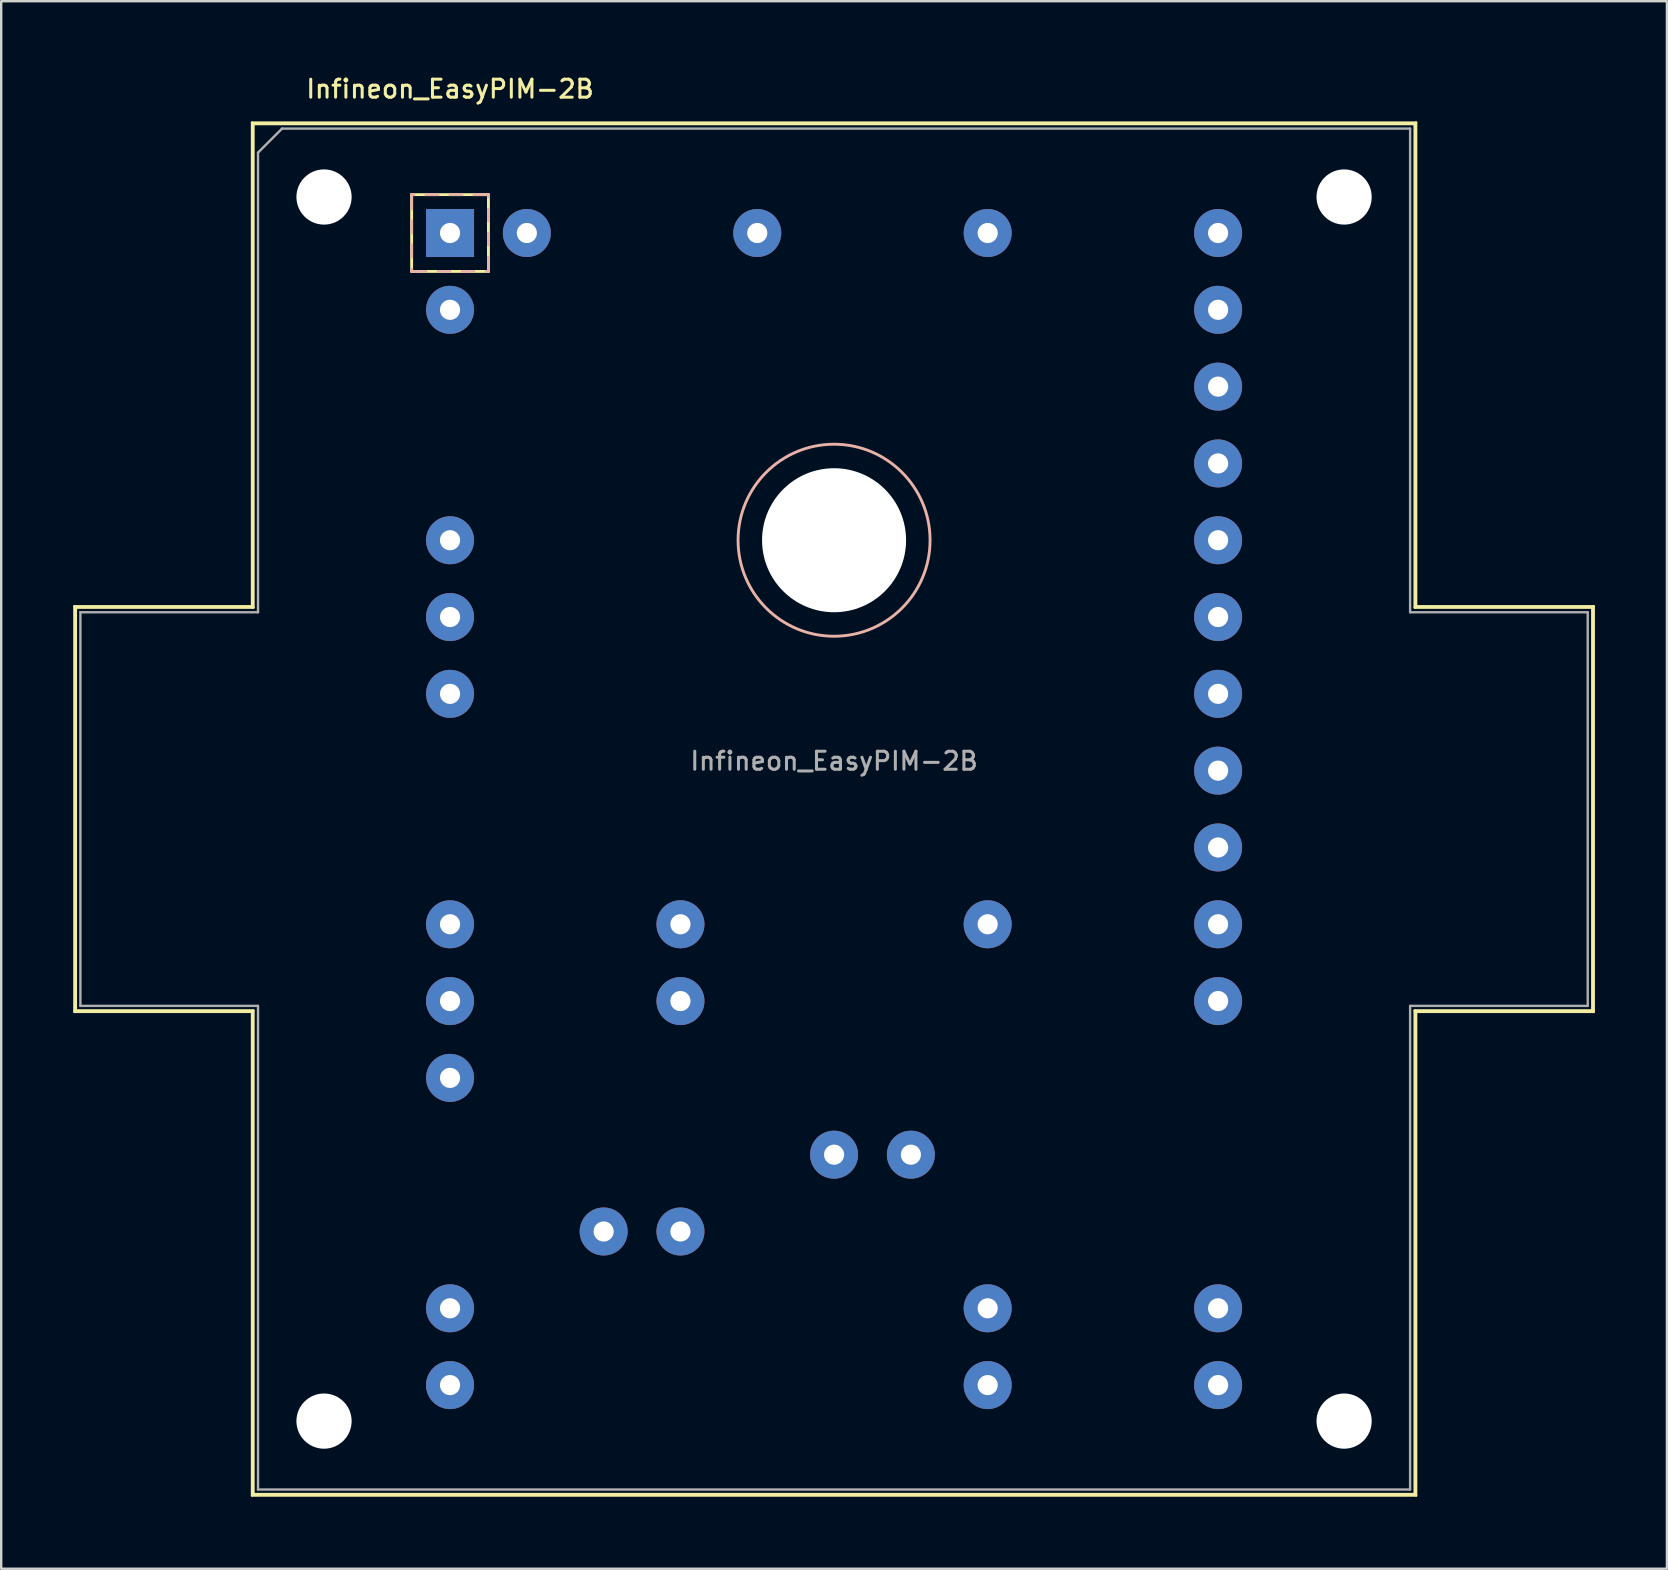
<source format=kicad_pcb>
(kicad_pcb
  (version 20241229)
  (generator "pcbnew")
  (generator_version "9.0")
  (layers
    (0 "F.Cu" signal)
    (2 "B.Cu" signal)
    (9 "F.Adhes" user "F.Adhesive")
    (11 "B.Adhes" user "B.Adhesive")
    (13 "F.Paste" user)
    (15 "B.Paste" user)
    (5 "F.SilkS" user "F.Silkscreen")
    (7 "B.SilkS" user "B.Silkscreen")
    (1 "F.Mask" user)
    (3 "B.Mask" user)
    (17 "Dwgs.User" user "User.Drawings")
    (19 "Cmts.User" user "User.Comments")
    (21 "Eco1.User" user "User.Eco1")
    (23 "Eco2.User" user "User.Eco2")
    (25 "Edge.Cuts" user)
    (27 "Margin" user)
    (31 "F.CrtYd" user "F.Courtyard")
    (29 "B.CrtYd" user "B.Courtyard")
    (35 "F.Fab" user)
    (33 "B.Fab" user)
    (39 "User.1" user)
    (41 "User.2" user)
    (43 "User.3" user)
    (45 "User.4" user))
  (footprint "Infineon_EasyPIM-2B"
    (layer "F.Cu")
    (at 15.7 6.658)
    (property "Reference" "Infineon_EasyPIM-2B" (at 0 -6 180) (layer "F.SilkS") (effects (font (size 0.75 0.75) (thickness 0.125))))
    (attr through_hole)
    (fp_line (start -15.65 15.55) (end -15.65 32.45) (stroke (width 0.1) (type solid)) (layer "F.SilkS"))
    (fp_line (start -15.65 32.45) (end -8.25 32.45) (stroke (width 0.1) (type solid)) (layer "F.SilkS"))
    (fp_line (start -15.6 15.6) (end -15.6 32.4) (stroke (width 0.12) (type solid)) (layer "F.SilkS"))
    (fp_line (start -15.6 32.4) (end -8.2 32.4) (stroke (width 0.12) (type solid)) (layer "F.SilkS"))
    (fp_line (start -8.25 -4.6) (end -8.25 15.55) (stroke (width 0.1) (type solid)) (layer "F.SilkS"))
    (fp_line (start -8.25 15.55) (end -15.65 15.55) (stroke (width 0.1) (type solid)) (layer "F.SilkS"))
    (fp_line (start -8.25 32.45) (end -8.25 52.6) (stroke (width 0.1) (type solid)) (layer "F.SilkS"))
    (fp_line (start -8.25 52.6) (end 40.25 52.6) (stroke (width 0.1) (type solid)) (layer "F.SilkS"))
    (fp_line (start -8.2 -4.55) (end -8.2 15.6) (stroke (width 0.12) (type solid)) (layer "F.SilkS"))
    (fp_line (start -8.2 15.6) (end -15.6 15.6) (stroke (width 0.12) (type solid)) (layer "F.SilkS"))
    (fp_line (start -8.2 32.4) (end -8.2 52.55) (stroke (width 0.12) (type solid)) (layer "F.SilkS"))
    (fp_line (start -8.2 52.55) (end 40.2 52.55) (stroke (width 0.12) (type solid)) (layer "F.SilkS"))
    (fp_line (start -1.6 -1.6) (end 1.6 -1.6) (stroke (width 0.12) (type solid)) (layer "F.SilkS"))
    (fp_line (start -1.6 1.6) (end -1.6 -1.6) (stroke (width 0.12) (type solid)) (layer "F.SilkS"))
    (fp_line (start 1.6 -1.6) (end 1.6 1.6) (stroke (width 0.12) (type solid)) (layer "F.SilkS"))
    (fp_line (start 1.6 1.6) (end -1.6 1.6) (stroke (width 0.12) (type solid)) (layer "F.SilkS"))
    (fp_line (start 40.2 -4.55) (end -8.2 -4.55) (stroke (width 0.12) (type solid)) (layer "F.SilkS"))
    (fp_line (start 40.2 15.6) (end 40.2 -4.55) (stroke (width 0.12) (type solid)) (layer "F.SilkS"))
    (fp_line (start 40.2 32.4) (end 47.6 32.4) (stroke (width 0.12) (type solid)) (layer "F.SilkS"))
    (fp_line (start 40.2 52.55) (end 40.2 32.4) (stroke (width 0.12) (type solid)) (layer "F.SilkS"))
    (fp_line (start 40.25 -4.6) (end -8.25 -4.6) (stroke (width 0.1) (type solid)) (layer "F.SilkS"))
    (fp_line (start 40.25 15.55) (end 40.25 -4.6) (stroke (width 0.1) (type solid)) (layer "F.SilkS"))
    (fp_line (start 40.25 32.45) (end 47.65 32.45) (stroke (width 0.1) (type solid)) (layer "F.SilkS"))
    (fp_line (start 40.25 52.6) (end 40.25 32.45) (stroke (width 0.1) (type solid)) (layer "F.SilkS"))
    (fp_line (start 47.6 15.6) (end 40.2 15.6) (stroke (width 0.12) (type solid)) (layer "F.SilkS"))
    (fp_line (start 47.6 32.4) (end 47.6 15.6) (stroke (width 0.12) (type solid)) (layer "F.SilkS"))
    (fp_line (start 47.65 15.55) (end 40.25 15.55) (stroke (width 0.1) (type solid)) (layer "F.SilkS"))
    (fp_line (start 47.65 32.45) (end 47.65 15.55) (stroke (width 0.1) (type solid)) (layer "F.SilkS"))
    (fp_line (start -1.6 -1.6) (end -1.6 -1) (stroke (width 0.12) (type solid)) (layer "B.SilkS"))
    (fp_line (start -1.6 -0.5) (end -1.6 0) (stroke (width 0.12) (type solid)) (layer "B.SilkS"))
    (fp_line (start -1.6 0.5) (end -1.6 1) (stroke (width 0.12) (type solid)) (layer "B.SilkS"))
    (fp_line (start -1.6 1.5) (end -1.6 1.6) (stroke (width 0.12) (type solid)) (layer "B.SilkS"))
    (fp_line (start -1.6 1.6) (end -1 1.6) (stroke (width 0.12) (type solid)) (layer "B.SilkS"))
    (fp_line (start -1.5 -1.6) (end -1.6 -1.6) (stroke (width 0.12) (type solid)) (layer "B.SilkS"))
    (fp_line (start -0.5 -1.6) (end -1 -1.6) (stroke (width 0.12) (type solid)) (layer "B.SilkS"))
    (fp_line (start -0.5 1.6) (end 0 1.6) (stroke (width 0.12) (type solid)) (layer "B.SilkS"))
    (fp_line (start 0.5 -1.6) (end 0 -1.6) (stroke (width 0.12) (type solid)) (layer "B.SilkS"))
    (fp_line (start 0.5 1.6) (end 1 1.6) (stroke (width 0.12) (type solid)) (layer "B.SilkS"))
    (fp_line (start 1.5 1.6) (end 1.6 1.6) (stroke (width 0.12) (type solid)) (layer "B.SilkS"))
    (fp_line (start 1.6 -1.6) (end 1 -1.6) (stroke (width 0.12) (type solid)) (layer "B.SilkS"))
    (fp_line (start 1.6 -1.5) (end 1.6 -1.6) (stroke (width 0.12) (type solid)) (layer "B.SilkS"))
    (fp_line (start 1.6 -0.5) (end 1.6 -1) (stroke (width 0.12) (type solid)) (layer "B.SilkS"))
    (fp_line (start 1.6 0.5) (end 1.6 0) (stroke (width 0.12) (type solid)) (layer "B.SilkS"))
    (fp_line (start 1.6 1.6) (end 1.6 1) (stroke (width 0.12) (type solid)) (layer "B.SilkS"))
    (fp_circle (center 16 12.8) (end 16 16.8) (stroke (width 0.12) (type solid)) (fill no) (layer "B.SilkS"))
    (fp_line (start -15.4 15.8) (end -15.4 32.2) (stroke (width 0.1) (type solid)) (layer "F.Fab"))
    (fp_line (start -15.4 15.8) (end -8 15.8) (stroke (width 0.1) (type solid)) (layer "F.Fab"))
    (fp_line (start -15.4 32.2) (end -8 32.2) (stroke (width 0.1) (type solid)) (layer "F.Fab"))
    (fp_line (start -8 -3.35) (end -8 15.8) (stroke (width 0.1) (type solid)) (layer "F.Fab"))
    (fp_line (start -8 32.2) (end -8 52.35) (stroke (width 0.1) (type solid)) (layer "F.Fab"))
    (fp_line (start -8 52.35) (end 40 52.35) (stroke (width 0.1) (type solid)) (layer "F.Fab"))
    (fp_line (start -7 -4.35) (end -8 -3.35) (stroke (width 0.1) (type solid)) (layer "F.Fab"))
    (fp_line (start 40 -4.35) (end -7 -4.35) (stroke (width 0.1) (type solid)) (layer "F.Fab"))
    (fp_line (start 40 15.8) (end 40 -4.35) (stroke (width 0.1) (type solid)) (layer "F.Fab"))
    (fp_line (start 40 52.35) (end 40 32.2) (stroke (width 0.1) (type solid)) (layer "F.Fab"))
    (fp_line (start 47.4 15.8) (end 40 15.8) (stroke (width 0.1) (type solid)) (layer "F.Fab"))
    (fp_line (start 47.4 15.8) (end 47.4 32.2) (stroke (width 0.1) (type solid)) (layer "F.Fab"))
    (fp_line (start 47.4 32.2) (end 40 32.2) (stroke (width 0.1) (type solid)) (layer "F.Fab"))
    (fp_text user "${REFERENCE}" (at 16 22 0) (layer "F.Fab") (effects (font (size 0.75 0.75) (thickness 0.125))))
    (pad "" np_thru_hole circle (at -5.25 -1.5) (size 2.3 2.3) (drill 2.3) (layers "*.Cu" "*.Mask"))
    (pad "" np_thru_hole circle (at -5.25 49.5) (size 2.3 2.3) (drill 2.3) (layers "*.Cu" "*.Mask"))
    (pad "" np_thru_hole circle (at 16 12.8) (size 6 6) (drill 6) (layers "*.Cu" "*.Mask"))
    (pad "" np_thru_hole circle (at 37.25 -1.5) (size 2.3 2.3) (drill 2.3) (layers "*.Cu" "*.Mask"))
    (pad "" np_thru_hole circle (at 37.25 49.5) (size 2.3 2.3) (drill 2.3) (layers "*.Cu" "*.Mask"))
    (pad "B" thru_hole circle (at 22.4 28.8) (size 2 2) (drill 0.84) (layers "*.Cu" "*.Mask"))
    (pad "EU" thru_hole circle (at 32 19.2) (size 2 2) (drill 0.84) (layers "*.Cu" "*.Mask"))
    (pad "EU" thru_hole circle (at 32 22.4) (size 2 2) (drill 0.84) (layers "*.Cu" "*.Mask"))
    (pad "EV" thru_hole circle (at 32 9.6) (size 2 2) (drill 0.84) (layers "*.Cu" "*.Mask"))
    (pad "EV" thru_hole circle (at 32 12.8) (size 2 2) (drill 0.84) (layers "*.Cu" "*.Mask"))
    (pad "EW" thru_hole circle (at 32 0) (size 2 2) (drill 0.84) (layers "*.Cu" "*.Mask"))
    (pad "EW" thru_hole circle (at 32 3.2) (size 2 2) (drill 0.84) (layers "*.Cu" "*.Mask"))
    (pad "G1" thru_hole circle (at 0 28.8) (size 2 2) (drill 0.84) (layers "*.Cu" "*.Mask"))
    (pad "G2" thru_hole circle (at 32 25.6) (size 2 2) (drill 0.84) (layers "*.Cu" "*.Mask"))
    (pad "G3" thru_hole circle (at 0 12.8) (size 2 2) (drill 0.84) (layers "*.Cu" "*.Mask"))
    (pad "G4" thru_hole circle (at 32 16) (size 2 2) (drill 0.84) (layers "*.Cu" "*.Mask"))
    (pad "G5" thru_hole circle (at 3.2 0) (size 2 2) (drill 0.84) (layers "*.Cu" "*.Mask"))
    (pad "G6" thru_hole circle (at 32 6.4) (size 2 2) (drill 0.84) (layers "*.Cu" "*.Mask"))
    (pad "GB" thru_hole circle (at 32 32) (size 2 2) (drill 0.84) (layers "*.Cu" "*.Mask"))
    (pad "L1" thru_hole circle (at 16 38.4) (size 2 2) (drill 0.84) (layers "*.Cu" "*.Mask"))
    (pad "L1" thru_hole circle (at 19.2 38.4) (size 2 2) (drill 0.84) (layers "*.Cu" "*.Mask"))
    (pad "L2" thru_hole circle (at 6.4 41.6) (size 2 2) (drill 0.84) (layers "*.Cu" "*.Mask"))
    (pad "L2" thru_hole circle (at 9.6 41.6) (size 2 2) (drill 0.84) (layers "*.Cu" "*.Mask"))
    (pad "L3" thru_hole circle (at 0 44.8) (size 2 2) (drill 0.84) (layers "*.Cu" "*.Mask"))
    (pad "L3" thru_hole circle (at 0 48) (size 2 2) (drill 0.84) (layers "*.Cu" "*.Mask"))
    (pad "N" thru_hole circle (at 32 44.8) (size 2 2) (drill 0.84) (layers "*.Cu" "*.Mask"))
    (pad "N" thru_hole circle (at 32 48) (size 2 2) (drill 0.84) (layers "*.Cu" "*.Mask"))
    (pad "NB" thru_hole circle (at 32 28.8) (size 2 2) (drill 0.84) (layers "*.Cu" "*.Mask"))
    (pad "P" thru_hole circle (at 22.4 44.8) (size 2 2) (drill 0.84) (layers "*.Cu" "*.Mask"))
    (pad "P" thru_hole circle (at 22.4 48) (size 2 2) (drill 0.84) (layers "*.Cu" "*.Mask"))
    (pad "P1" thru_hole circle (at 9.6 28.8) (size 2 2) (drill 0.84) (layers "*.Cu" "*.Mask"))
    (pad "P1" thru_hole circle (at 9.6 32) (size 2 2) (drill 0.84) (layers "*.Cu" "*.Mask"))
    (pad "T1" thru_hole circle (at 22.4 0) (size 2 2) (drill 0.84) (layers "*.Cu" "*.Mask"))
    (pad "T2" thru_hole circle (at 12.8 0) (size 2 2) (drill 0.84) (layers "*.Cu" "*.Mask"))
    (pad "U" thru_hole circle (at 0 32) (size 2 2) (drill 0.84) (layers "*.Cu" "*.Mask"))
    (pad "U" thru_hole circle (at 0 35.2) (size 2 2) (drill 0.84) (layers "*.Cu" "*.Mask"))
    (pad "V" thru_hole circle (at 0 16) (size 2 2) (drill 0.84) (layers "*.Cu" "*.Mask"))
    (pad "V" thru_hole circle (at 0 19.2) (size 2 2) (drill 0.84) (layers "*.Cu" "*.Mask"))
    (pad "W" thru_hole rect (at 0 0) (size 2 2) (drill 0.84) (layers "*.Cu" "*.Mask"))
    (pad "W" thru_hole circle (at 0 3.2) (size 2 2) (drill 0.84) (layers "*.Cu" "*.Mask"))
    (zone (net_name "") (layers "F.Cu" "B.Cu") (name "MH") (hatch full 0.508) (connect_pads) (min_thickness 0.254) (filled_areas_thickness no) (keepout (tracks not_allowed) (vias not_allowed) (pads not_allowed) (copperpour not_allowed) (footprints not_allowed)) (placement (enabled no)) (fill) (polygon (pts (xy 9.945 30.658) (xy 9.926 30.227) (xy 9.867 29.8) (xy 9.77 29.379) (xy 9.635 28.97) (xy 9.464 28.574) (xy 9.257 28.195) (xy 9.017 27.836) (xy 8.746 27.501) (xy 8.445 27.192) (xy 8.118 26.911) (xy 7.766 26.661) (xy 7.393 26.444) (xy 7.002 26.262) (xy 6.596 26.116) (xy 6.179 26.007) (xy 5.753 25.937) (xy 5.323 25.905) (xy 4.891 25.912) (xy 4.463 25.959) (xy 4.04 26.044) (xy 3.626 26.168) (xy 3.226 26.328) (xy 2.841 26.524) (xy 2.476 26.753) (xy 2.133 27.016) (xy 1.816 27.308) (xy 1.526 27.627) (xy 1.267 27.972) (xy 1.039 28.338) (xy 0.846 28.724) (xy 0.689 29.126) (xy 0.568 29.54) (xy 0.486 29.963) (xy 0.442 30.393) (xy 0.438 30.824) (xy 0.472 31.254) (xy 0.546 31.679) (xy 0.658 32.096) (xy 0.806 32.501) (xy 0.992 32.89) (xy 1.211 33.262) (xy 1.463 33.612) (xy 1.747 33.937) (xy 2.058 34.236) (xy 2.395 34.505) (xy 2.755 34.743) (xy 3.135 34.946) (xy 3.533 35.115) (xy 3.943 35.247) (xy 4.364 35.341) (xy 4.792 35.397) (xy 5.223 35.413) (xy 5.654 35.391) (xy 6.081 35.329) (xy 6.501 35.229) (xy 6.91 35.091) (xy 7.304 34.917) (xy 7.682 34.708) (xy 8.038 34.466) (xy 8.372 34.192) (xy 8.679 33.889) (xy 8.957 33.559) (xy 9.205 33.206) (xy 9.419 32.832) (xy 9.599 32.439) (xy 9.742 32.032) (xy 9.848 31.614) (xy 9.915 31.188) (xy 9.944 30.758))))
    (zone (net_name "") (layers "F.Cu" "B.Cu") (name "MH") (hatch full 0.508) (connect_pads) (min_thickness 0.254) (filled_areas_thickness no) (keepout (tracks not_allowed) (vias not_allowed) (pads not_allowed) (copperpour not_allowed) (footprints not_allowed)) (placement (enabled no)) (fill) (polygon (pts (xy 62.945 30.658) (xy 62.926 30.227) (xy 62.867 29.8) (xy 62.77 29.379) (xy 62.635 28.97) (xy 62.464 28.574) (xy 62.257 28.195) (xy 62.017 27.836) (xy 61.746 27.501) (xy 61.445 27.192) (xy 61.118 26.911) (xy 60.766 26.661) (xy 60.393 26.444) (xy 60.002 26.262) (xy 59.596 26.116) (xy 59.179 26.007) (xy 58.753 25.937) (xy 58.323 25.905) (xy 57.891 25.912) (xy 57.463 25.959) (xy 57.04 26.044) (xy 56.626 26.168) (xy 56.226 26.328) (xy 55.841 26.524) (xy 55.476 26.753) (xy 55.133 27.016) (xy 54.816 27.308) (xy 54.526 27.627) (xy 54.267 27.972) (xy 54.039 28.338) (xy 53.846 28.724) (xy 53.689 29.126) (xy 53.568 29.54) (xy 53.486 29.963) (xy 53.442 30.393) (xy 53.438 30.824) (xy 53.472 31.254) (xy 53.546 31.679) (xy 53.658 32.096) (xy 53.806 32.501) (xy 53.992 32.89) (xy 54.211 33.262) (xy 54.463 33.612) (xy 54.747 33.937) (xy 55.058 34.236) (xy 55.395 34.505) (xy 55.755 34.743) (xy 56.135 34.946) (xy 56.533 35.115) (xy 56.943 35.247) (xy 57.364 35.341) (xy 57.792 35.397) (xy 58.223 35.413) (xy 58.654 35.391) (xy 59.081 35.329) (xy 59.501 35.229) (xy 59.91 35.091) (xy 60.304 34.917) (xy 60.682 34.708) (xy 61.038 34.466) (xy 61.372 34.192) (xy 61.679 33.889) (xy 61.957 33.559) (xy 62.205 33.206) (xy 62.419 32.832) (xy 62.599 32.439) (xy 62.742 32.032) (xy 62.848 31.614) (xy 62.915 31.188) (xy 62.944 30.758)))))
  (gr_rect
    (start -3 -3)
    (end 66.4 62.308)
    (stroke (width 0.1) (type default))
    (fill no)
    (layer "Edge.Cuts")))
</source>
